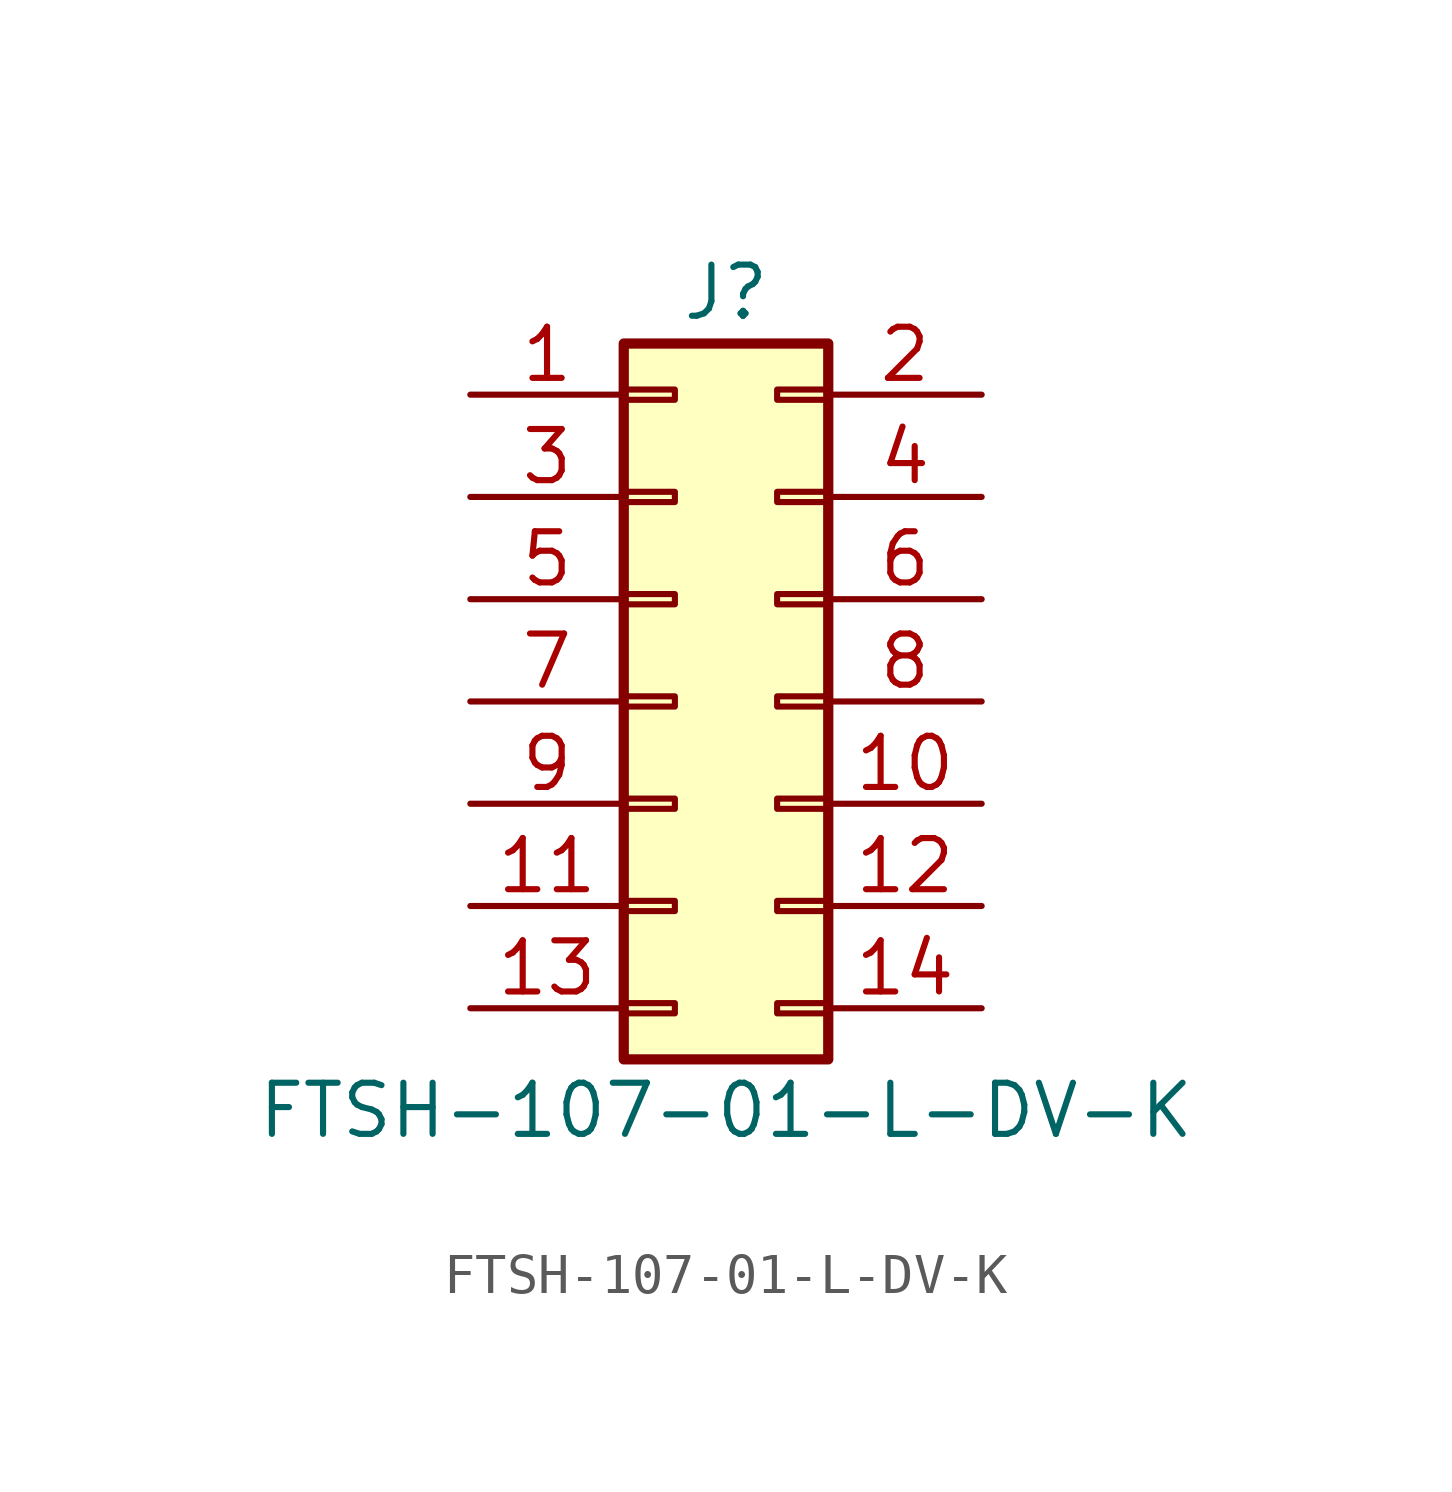
<source format=kicad_sym>
(kicad_symbol_lib
  (version 20211014)
  (generator kicad_symbol_editor)
  (symbol "FTSH-107-01-L-DV-K"
    (pin_names
      (offset 1.016) hide)
    (property "Reference" "J"
      (at 1.27 10.16 0)
      (effects (font (size 1.27 1.27))))
    (property "Value" "FTSH-107-01-L-DV-K"
      (at 1.27 -10.16 0)
      (effects (font (size 1.27 1.27))))
    (symbol "FTSH-107-01-L-DV-K_1_1"
      (rectangle (start -1.27 -7.493) (end 0 -7.747) (stroke (width 0.152) (type default) (color 0 0 0 0)) (fill (type none)))
      (rectangle (start -1.27 -4.953) (end 0 -5.207) (stroke (width 0.152) (type default) (color 0 0 0 0)) (fill (type none)))
      (rectangle (start -1.27 -2.413) (end 0 -2.667) (stroke (width 0.152) (type default) (color 0 0 0 0)) (fill (type none)))
      (rectangle (start -1.27 0.127) (end 0 -0.127) (stroke (width 0.152) (type default) (color 0 0 0 0)) (fill (type none)))
      (rectangle (start -1.27 2.667) (end 0 2.413) (stroke (width 0.152) (type default) (color 0 0 0 0)) (fill (type none)))
      (rectangle (start -1.27 5.207) (end 0 4.953) (stroke (width 0.152) (type default) (color 0 0 0 0)) (fill (type none)))
      (rectangle (start -1.27 7.747) (end 0 7.493) (stroke (width 0.152) (type default) (color 0 0 0 0)) (fill (type none)))
      (rectangle (start -1.27 8.89) (end 3.81 -8.89) (stroke (width 0.254) (type default) (color 0 0 0 0)) (fill (type background)))
      (rectangle (start 3.81 -7.493) (end 2.54 -7.747) (stroke (width 0.152) (type default) (color 0 0 0 0)) (fill (type none)))
      (rectangle (start 3.81 -4.953) (end 2.54 -5.207) (stroke (width 0.152) (type default) (color 0 0 0 0)) (fill (type none)))
      (rectangle (start 3.81 -2.413) (end 2.54 -2.667) (stroke (width 0.152) (type default) (color 0 0 0 0)) (fill (type none)))
      (rectangle (start 3.81 0.127) (end 2.54 -0.127) (stroke (width 0.152) (type default) (color 0 0 0 0)) (fill (type none)))
      (rectangle (start 3.81 2.667) (end 2.54 2.413) (stroke (width 0.152) (type default) (color 0 0 0 0)) (fill (type none)))
      (rectangle (start 3.81 5.207) (end 2.54 4.953) (stroke (width 0.152) (type default) (color 0 0 0 0)) (fill (type none)))
      (rectangle (start 3.81 7.747) (end 2.54 7.493) (stroke (width 0.152) (type default) (color 0 0 0 0)) (fill (type none)))
      (pin passive line (at -5.08 7.62 0) (length 3.81) (name "Pin_1" (effects (font (size 1.27 1.27)))) (number "1" (effects (font (size 1.27 1.27)))))
      (pin passive line (at 7.62 -2.54 180) (length 3.81) (name "Pin_10" (effects (font (size 1.27 1.27)))) (number "10" (effects (font (size 1.27 1.27)))))
      (pin passive line (at -5.08 -5.08 0) (length 3.81) (name "Pin_11" (effects (font (size 1.27 1.27)))) (number "11" (effects (font (size 1.27 1.27)))))
      (pin passive line (at 7.62 -5.08 180) (length 3.81) (name "Pin_12" (effects (font (size 1.27 1.27)))) (number "12" (effects (font (size 1.27 1.27)))))
      (pin passive line (at -5.08 -7.62 0) (length 3.81) (name "Pin_13" (effects (font (size 1.27 1.27)))) (number "13" (effects (font (size 1.27 1.27)))))
      (pin passive line (at 7.62 -7.62 180) (length 3.81) (name "Pin_14" (effects (font (size 1.27 1.27)))) (number "14" (effects (font (size 1.27 1.27)))))
      (pin passive line (at 7.62 7.62 180) (length 3.81) (name "Pin_2" (effects (font (size 1.27 1.27)))) (number "2" (effects (font (size 1.27 1.27)))))
      (pin passive line (at -5.08 5.08 0) (length 3.81) (name "Pin_3" (effects (font (size 1.27 1.27)))) (number "3" (effects (font (size 1.27 1.27)))))
      (pin passive line (at 7.62 5.08 180) (length 3.81) (name "Pin_4" (effects (font (size 1.27 1.27)))) (number "4" (effects (font (size 1.27 1.27)))))
      (pin passive line (at -5.08 2.54 0) (length 3.81) (name "Pin_5" (effects (font (size 1.27 1.27)))) (number "5" (effects (font (size 1.27 1.27)))))
      (pin passive line (at 7.62 2.54 180) (length 3.81) (name "Pin_6" (effects (font (size 1.27 1.27)))) (number "6" (effects (font (size 1.27 1.27)))))
      (pin passive line (at -5.08 0 0) (length 3.81) (name "Pin_7" (effects (font (size 1.27 1.27)))) (number "7" (effects (font (size 1.27 1.27)))))
      (pin passive line (at 7.62 0 180) (length 3.81) (name "Pin_8" (effects (font (size 1.27 1.27)))) (number "8" (effects (font (size 1.27 1.27)))))
      (pin passive line (at -5.08 -2.54 0) (length 3.81) (name "Pin_9" (effects (font (size 1.27 1.27)))) (number "9" (effects (font (size 1.27 1.27))))))))
</source>
